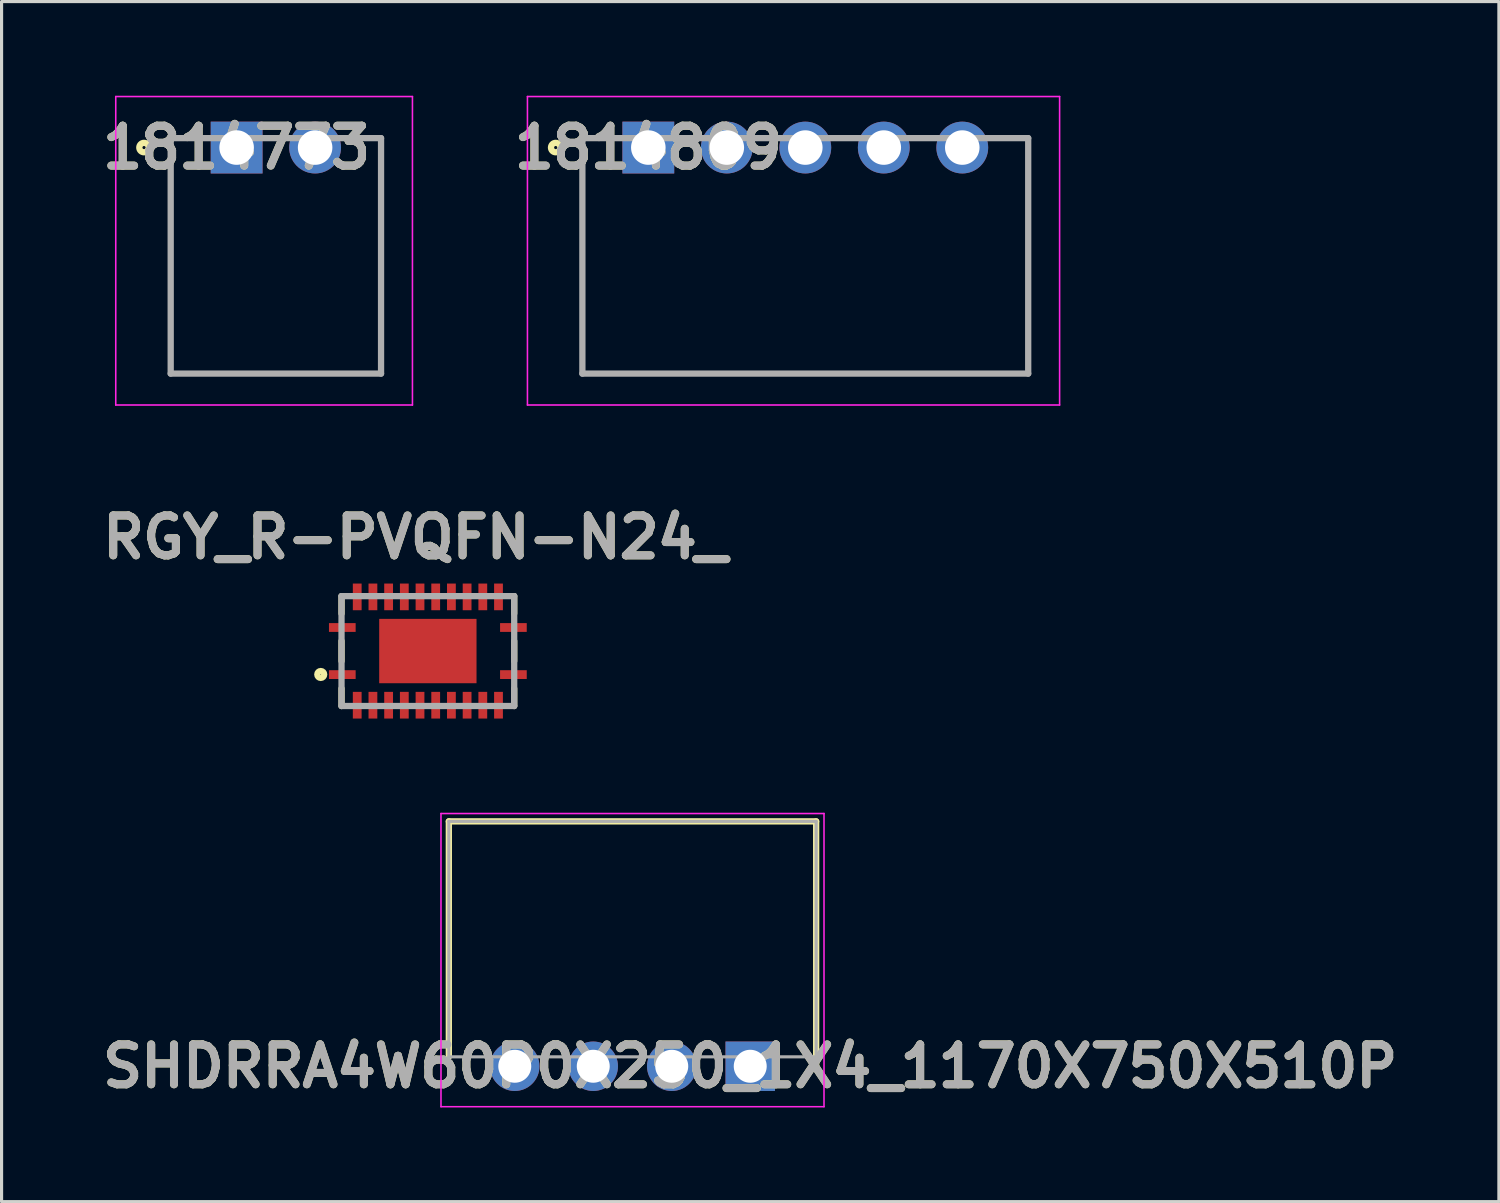
<source format=kicad_pcb>
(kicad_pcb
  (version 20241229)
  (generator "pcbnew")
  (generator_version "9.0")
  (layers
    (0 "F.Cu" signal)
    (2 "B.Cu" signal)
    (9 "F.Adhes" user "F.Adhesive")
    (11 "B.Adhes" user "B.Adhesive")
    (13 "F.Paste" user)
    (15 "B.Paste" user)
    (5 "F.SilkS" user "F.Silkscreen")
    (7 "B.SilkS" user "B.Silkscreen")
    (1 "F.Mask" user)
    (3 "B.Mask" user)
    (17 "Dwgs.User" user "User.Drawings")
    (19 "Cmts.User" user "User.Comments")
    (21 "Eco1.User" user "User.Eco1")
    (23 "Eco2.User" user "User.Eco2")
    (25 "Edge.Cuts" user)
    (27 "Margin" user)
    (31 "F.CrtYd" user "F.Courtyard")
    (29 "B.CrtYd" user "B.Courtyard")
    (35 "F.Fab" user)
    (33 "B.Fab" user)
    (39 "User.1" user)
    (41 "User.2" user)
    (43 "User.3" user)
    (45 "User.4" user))
  (footprint "RGY_R-PVQFN-N24_"
    (layer "F.Cu")
    (at 10.578 17.687)
    (property "Reference" "RGY_R-PVQFN-N24_" (at -0.406 -3.623 0) (layer "F.SilkS") (effects (font (size 1.27 1.27) (thickness 0.254))))
    (attr smd)
    (fp_line (start -2.75 -1.75) (end -2.75 -1.194) (stroke (width 0.2) (type solid)) (layer "F.SilkS"))
    (fp_line (start -2.75 -0.32) (end -2.75 0.32) (stroke (width 0.2) (type solid)) (layer "F.SilkS"))
    (fp_line (start -2.75 1.75) (end -2.75 1.194) (stroke (width 0.2) (type solid)) (layer "F.SilkS"))
    (fp_line (start 2.75 -1.75) (end 2.75 -1.194) (stroke (width 0.2) (type solid)) (layer "F.SilkS"))
    (fp_line (start 2.75 -0.32) (end 2.75 0.32) (stroke (width 0.2) (type solid)) (layer "F.SilkS"))
    (fp_line (start 2.75 1.75) (end 2.75 1.194) (stroke (width 0.2) (type solid)) (layer "F.SilkS"))
    (fp_circle (center -3.412 0.746) (end -3.412 0.756) (stroke (width 0.2) (type solid)) (fill no) (layer "F.SilkS"))
    (fp_line (start -2.75 -1.75) (end 2.75 -1.75) (stroke (width 0.2) (type solid)) (layer "F.Fab"))
    (fp_line (start -2.75 1.75) (end -2.75 -1.75) (stroke (width 0.2) (type solid)) (layer "F.Fab"))
    (fp_line (start 2.75 -1.75) (end 2.75 1.75) (stroke (width 0.2) (type solid)) (layer "F.Fab"))
    (fp_line (start 2.75 1.75) (end -2.75 1.75) (stroke (width 0.2) (type solid)) (layer "F.Fab"))
    (fp_text user "${REFERENCE}" (at -0.406 -3.623 0) (layer "F.Fab") (effects (font (size 1.27 1.27) (thickness 0.254))))
    (pad "1" smd rect (at -2.725 0.75 90) (size 0.28 0.85) (layers "F.Cu" "F.Mask" "F.Paste"))
    (pad "2" smd rect (at -2.25 1.725) (size 0.28 0.85) (layers "F.Cu" "F.Mask" "F.Paste"))
    (pad "3" smd rect (at -1.75 1.725) (size 0.28 0.85) (layers "F.Cu" "F.Mask" "F.Paste"))
    (pad "4" smd rect (at -1.25 1.725) (size 0.28 0.85) (layers "F.Cu" "F.Mask" "F.Paste"))
    (pad "5" smd rect (at -0.75 1.725) (size 0.28 0.85) (layers "F.Cu" "F.Mask" "F.Paste"))
    (pad "6" smd rect (at -0.25 1.725) (size 0.28 0.85) (layers "F.Cu" "F.Mask" "F.Paste"))
    (pad "7" smd rect (at 0.25 1.725) (size 0.28 0.85) (layers "F.Cu" "F.Mask" "F.Paste"))
    (pad "8" smd rect (at 0.75 1.725) (size 0.28 0.85) (layers "F.Cu" "F.Mask" "F.Paste"))
    (pad "9" smd rect (at 1.25 1.725) (size 0.28 0.85) (layers "F.Cu" "F.Mask" "F.Paste"))
    (pad "10" smd rect (at 1.75 1.725) (size 0.28 0.85) (layers "F.Cu" "F.Mask" "F.Paste"))
    (pad "11" smd rect (at 2.25 1.725) (size 0.28 0.85) (layers "F.Cu" "F.Mask" "F.Paste"))
    (pad "12" smd rect (at 2.725 0.75 90) (size 0.28 0.85) (layers "F.Cu" "F.Mask" "F.Paste"))
    (pad "13" smd rect (at 2.725 -0.75 90) (size 0.28 0.85) (layers "F.Cu" "F.Mask" "F.Paste"))
    (pad "14" smd rect (at 2.25 -1.725) (size 0.28 0.85) (layers "F.Cu" "F.Mask" "F.Paste"))
    (pad "15" smd rect (at 1.75 -1.725) (size 0.28 0.85) (layers "F.Cu" "F.Mask" "F.Paste"))
    (pad "16" smd rect (at 1.25 -1.725) (size 0.28 0.85) (layers "F.Cu" "F.Mask" "F.Paste"))
    (pad "17" smd rect (at 0.75 -1.725) (size 0.28 0.85) (layers "F.Cu" "F.Mask" "F.Paste"))
    (pad "18" smd rect (at 0.25 -1.725) (size 0.28 0.85) (layers "F.Cu" "F.Mask" "F.Paste"))
    (pad "19" smd rect (at -0.25 -1.725) (size 0.28 0.85) (layers "F.Cu" "F.Mask" "F.Paste"))
    (pad "20" smd rect (at -0.75 -1.725) (size 0.28 0.85) (layers "F.Cu" "F.Mask" "F.Paste"))
    (pad "21" smd rect (at -1.25 -1.725) (size 0.28 0.85) (layers "F.Cu" "F.Mask" "F.Paste"))
    (pad "22" smd rect (at -1.75 -1.725) (size 0.28 0.85) (layers "F.Cu" "F.Mask" "F.Paste"))
    (pad "23" smd rect (at -2.25 -1.725) (size 0.28 0.85) (layers "F.Cu" "F.Mask" "F.Paste"))
    (pad "24" smd rect (at -2.725 -0.75 90) (size 0.28 0.85) (layers "F.Cu" "F.Mask" "F.Paste"))
    (pad "25" smd rect (at 0 0 90) (size 2.05 3.1) (layers "F.Cu" "F.Mask" "F.Paste")))
  (footprint "1814809"
    (layer "F.Cu")
    (at 17.6 1.65)
    (property "Reference" "1814809" (at 0 0 0) (layer "F.SilkS") (effects (font (size 1.27 1.27) (thickness 0.254))))
    (attr through_hole)
    (fp_line (start -2.1 7.2) (end -2.1 -0.3) (stroke (width 0.1) (type solid)) (layer "F.SilkS"))
    (fp_line (start 12.1 -0.3) (end 12.1 7.2) (stroke (width 0.1) (type solid)) (layer "F.SilkS"))
    (fp_line (start 12.1 7.2) (end -2.1 7.2) (stroke (width 0.1) (type solid)) (layer "F.SilkS"))
    (fp_circle (center -2.95 0) (end -2.95 0.05) (stroke (width 0.2) (type solid)) (fill no) (layer "F.SilkS"))
    (fp_line (start -3.85 -1.625) (end 13.1 -1.625) (stroke (width 0.05) (type solid)) (layer "F.CrtYd"))
    (fp_line (start -3.85 8.2) (end -3.85 -1.625) (stroke (width 0.05) (type solid)) (layer "F.CrtYd"))
    (fp_line (start 13.1 -1.625) (end 13.1 8.2) (stroke (width 0.05) (type solid)) (layer "F.CrtYd"))
    (fp_line (start 13.1 8.2) (end -3.85 8.2) (stroke (width 0.05) (type solid)) (layer "F.CrtYd"))
    (fp_line (start -2.1 -0.3) (end 12.1 -0.3) (stroke (width 0.2) (type solid)) (layer "F.Fab"))
    (fp_line (start -2.1 7.2) (end -2.1 -0.3) (stroke (width 0.2) (type solid)) (layer "F.Fab"))
    (fp_line (start 12.1 -0.3) (end 12.1 7.2) (stroke (width 0.2) (type solid)) (layer "F.Fab"))
    (fp_line (start 12.1 7.2) (end -2.1 7.2) (stroke (width 0.2) (type solid)) (layer "F.Fab"))
    (fp_text user "${REFERENCE}" (at 0 0 0) (layer "F.Fab") (effects (font (size 1.27 1.27) (thickness 0.254))))
    (pad "1" thru_hole rect (at 0 0) (size 1.65 1.65) (drill 1.1) (layers "*.Cu" "*.Mask"))
    (pad "2" thru_hole circle (at 2.5 0) (size 1.65 1.65) (drill 1.1) (layers "*.Cu" "*.Mask"))
    (pad "3" thru_hole circle (at 5 0) (size 1.65 1.65) (drill 1.1) (layers "*.Cu" "*.Mask"))
    (pad "4" thru_hole circle (at 7.5 0) (size 1.65 1.65) (drill 1.1) (layers "*.Cu" "*.Mask"))
    (pad "5" thru_hole circle (at 10 0) (size 1.65 1.65) (drill 1.1) (layers "*.Cu" "*.Mask")))
  (footprint "1814773"
    (layer "F.Cu")
    (at 4.487 1.65)
    (property "Reference" "1814773" (at 0 0 0) (layer "F.SilkS") (effects (font (size 1.27 1.27) (thickness 0.254))))
    (attr through_hole)
    (fp_line (start -2.1 7.2) (end -2.1 -0.3) (stroke (width 0.1) (type solid)) (layer "F.SilkS"))
    (fp_line (start 4.6 -0.3) (end 4.6 7.2) (stroke (width 0.1) (type solid)) (layer "F.SilkS"))
    (fp_line (start 4.6 7.2) (end -2.1 7.2) (stroke (width 0.1) (type solid)) (layer "F.SilkS"))
    (fp_circle (center -2.95 0) (end -2.95 0.05) (stroke (width 0.2) (type solid)) (fill no) (layer "F.SilkS"))
    (fp_line (start -3.85 -1.625) (end 5.6 -1.625) (stroke (width 0.05) (type solid)) (layer "F.CrtYd"))
    (fp_line (start -3.85 8.2) (end -3.85 -1.625) (stroke (width 0.05) (type solid)) (layer "F.CrtYd"))
    (fp_line (start 5.6 -1.625) (end 5.6 8.2) (stroke (width 0.05) (type solid)) (layer "F.CrtYd"))
    (fp_line (start 5.6 8.2) (end -3.85 8.2) (stroke (width 0.05) (type solid)) (layer "F.CrtYd"))
    (fp_line (start -2.1 -0.3) (end 4.6 -0.3) (stroke (width 0.2) (type solid)) (layer "F.Fab"))
    (fp_line (start -2.1 7.2) (end -2.1 -0.3) (stroke (width 0.2) (type solid)) (layer "F.Fab"))
    (fp_line (start 4.6 -0.3) (end 4.6 7.2) (stroke (width 0.2) (type solid)) (layer "F.Fab"))
    (fp_line (start 4.6 7.2) (end -2.1 7.2) (stroke (width 0.2) (type solid)) (layer "F.Fab"))
    (fp_text user "${REFERENCE}" (at 0 0 0) (layer "F.Fab") (effects (font (size 1.27 1.27) (thickness 0.254))))
    (pad "1" thru_hole rect (at 0 0) (size 1.65 1.65) (drill 1.1) (layers "*.Cu" "*.Mask"))
    (pad "2" thru_hole circle (at 2.5 0) (size 1.65 1.65) (drill 1.1) (layers "*.Cu" "*.Mask")))
  (footprint "SHDRRA4W60P0X250_1X4_1170X750X510P"
    (layer "F.Cu")
    (at 20.846 30.912)
    (property "Reference" "SHDRRA4W60P0X250_1X4_1170X750X510P" (at 0 0 0) (layer "F.SilkS") (effects (font (size 1.27 1.27) (thickness 0.254))))
    (attr through_hole)
    (fp_line (start -9.6 -7.8) (end -9.6 -0.3) (stroke (width 0.2) (type solid)) (layer "F.SilkS"))
    (fp_line (start 2.1 -7.8) (end -9.6 -7.8) (stroke (width 0.2) (type solid)) (layer "F.SilkS"))
    (fp_line (start 2.1 0) (end 2.1 -7.8) (stroke (width 0.2) (type solid)) (layer "F.SilkS"))
    (fp_line (start -9.85 -8.05) (end 2.35 -8.05) (stroke (width 0.05) (type solid)) (layer "F.CrtYd"))
    (fp_line (start -9.85 1.288) (end -9.85 -8.05) (stroke (width 0.05) (type solid)) (layer "F.CrtYd"))
    (fp_line (start 2.35 -8.05) (end 2.35 1.288) (stroke (width 0.05) (type solid)) (layer "F.CrtYd"))
    (fp_line (start 2.35 1.288) (end -9.85 1.288) (stroke (width 0.05) (type solid)) (layer "F.CrtYd"))
    (fp_line (start -9.6 -7.8) (end 2.1 -7.8) (stroke (width 0.1) (type solid)) (layer "F.Fab"))
    (fp_line (start -9.6 -0.3) (end -9.6 -7.8) (stroke (width 0.1) (type solid)) (layer "F.Fab"))
    (fp_line (start 2.1 -7.8) (end 2.1 -0.3) (stroke (width 0.1) (type solid)) (layer "F.Fab"))
    (fp_line (start 2.1 -0.3) (end -9.6 -0.3) (stroke (width 0.1) (type solid)) (layer "F.Fab"))
    (fp_text user "${REFERENCE}" (at 0 0 0) (layer "F.Fab") (effects (font (size 1.27 1.27) (thickness 0.254))))
    (pad "1" thru_hole rect (at 0 0) (size 1.575 1.575) (drill 1.05) (layers "*.Cu" "*.Mask"))
    (pad "2" thru_hole circle (at -2.5 0) (size 1.575 1.575) (drill 1.05) (layers "*.Cu" "*.Mask"))
    (pad "3" thru_hole circle (at -5 0) (size 1.575 1.575) (drill 1.05) (layers "*.Cu" "*.Mask"))
    (pad "4" thru_hole circle (at -7.5 0) (size 1.575 1.575) (drill 1.05) (layers "*.Cu" "*.Mask")))
  (gr_rect
    (start -3 -3)
    (end 44.692 35.225)
    (stroke (width 0.1) (type default))
    (fill no)
    (layer "Edge.Cuts")))
</source>
